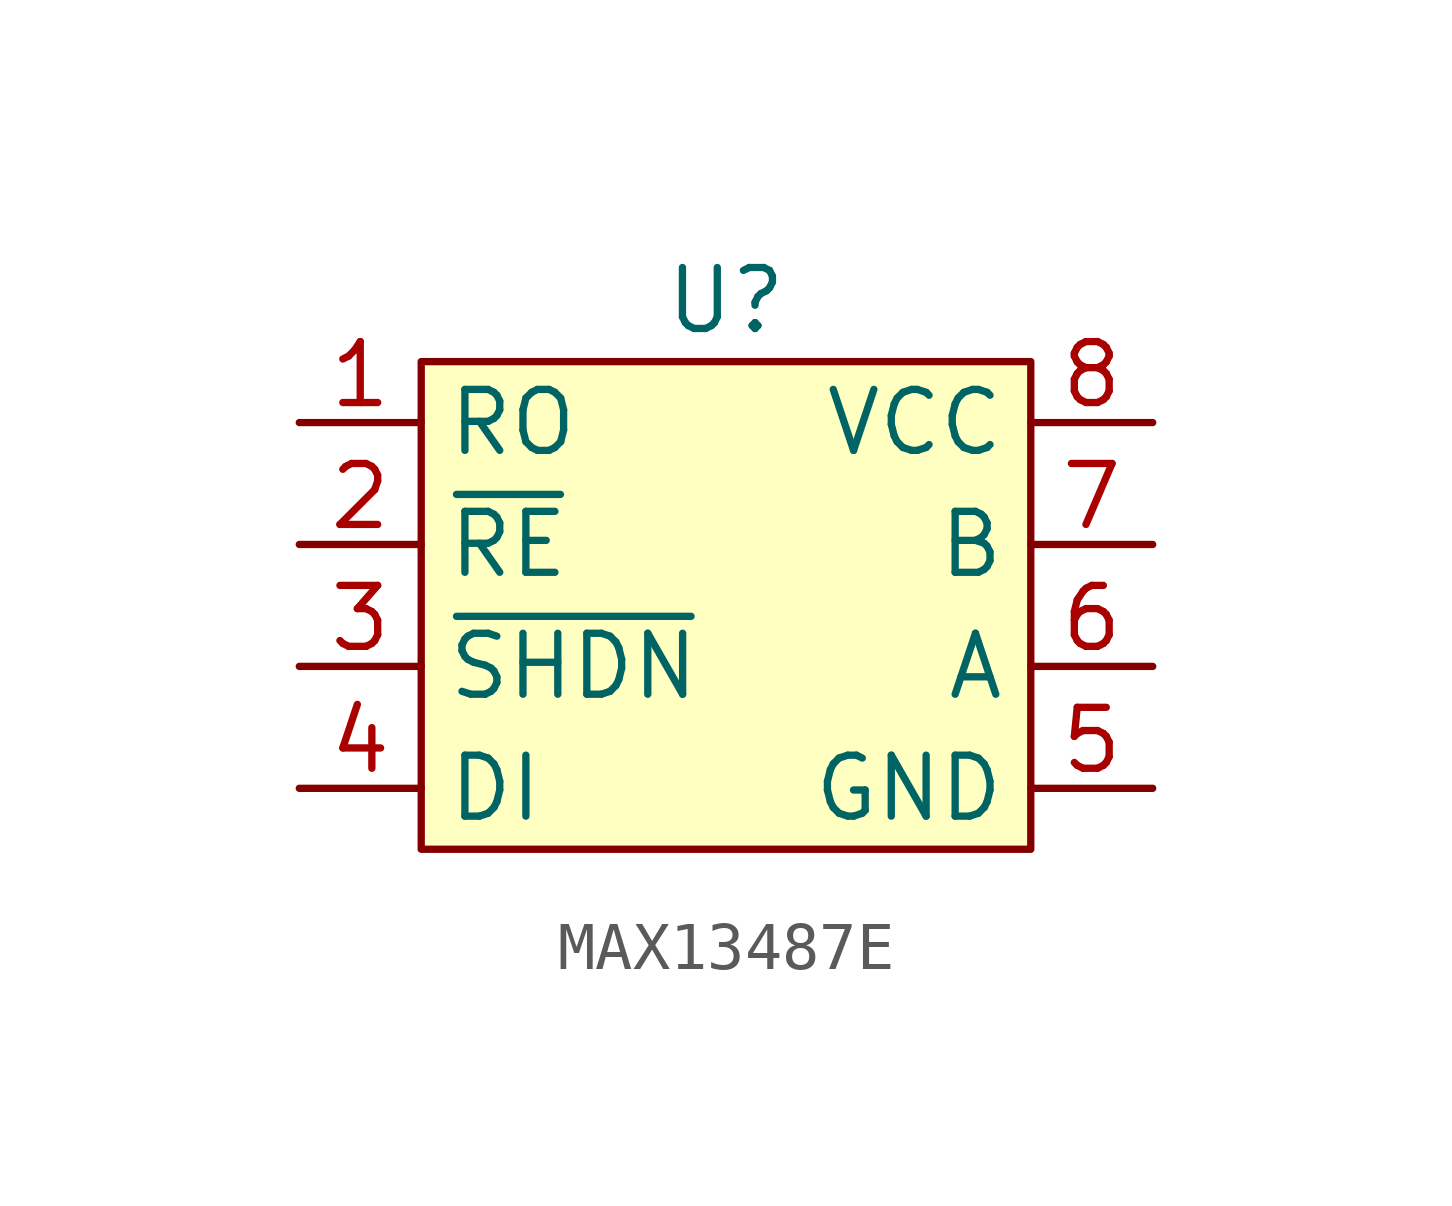
<source format=kicad_sym>
(kicad_symbol_lib
  (version 20231120)
  (generator "kicad_symbol_editor")
  (generator_version "8.0")
  (symbol "MAX13487E"
    (property "Reference" "U"
      (at 0 6.35 0)
      (effects (font (size 1.27 1.27))))
    (property "Value" ""
      (at -8.89 3.81 0)
      (effects (font (size 1.27 1.27))))
    (symbol "MAX13487E_0_0"
      (pin output line (at -8.89 3.81 0) (length 2.54) (name "RO" (effects (font (size 1.27 1.27)))) (number "1" (effects (font (size 1.27 1.27)))))
      (pin input line (at -8.89 -1.27 0) (length 2.54) (name "~{SHDN}" (effects (font (size 1.27 1.27)))) (number "3" (effects (font (size 1.27 1.27)))))
      (pin input line (at -8.89 -3.81 0) (length 2.54) (name "DI" (effects (font (size 1.27 1.27)))) (number "4" (effects (font (size 1.27 1.27)))))
      (pin power_in line (at 8.89 -3.81 180) (length 2.54) (name "GND" (effects (font (size 1.27 1.27)))) (number "5" (effects (font (size 1.27 1.27)))))
      (pin output line (at 8.89 -1.27 180) (length 2.54) (name "A" (effects (font (size 1.27 1.27)))) (number "6" (effects (font (size 1.27 1.27)))))
      (pin output line (at 8.89 1.27 180) (length 2.54) (name "B" (effects (font (size 1.27 1.27)))) (number "7" (effects (font (size 1.27 1.27)))))
      (pin power_in line (at 8.89 3.81 180) (length 2.54) (name "VCC" (effects (font (size 1.27 1.27)))) (number "8" (effects (font (size 1.27 1.27))))))
    (symbol "MAX13487E_1_0"
      (pin input line (at -8.89 1.27 0) (length 2.54) (name "~{RE}" (effects (font (size 1.27 1.27)))) (number "2" (effects (font (size 1.27 1.27))))))
    (symbol "MAX13487E_1_1"
      (rectangle (start -6.35 5.08) (end 6.35 -5.08) (stroke (width 0) (type default)) (fill (type background))))))
</source>
